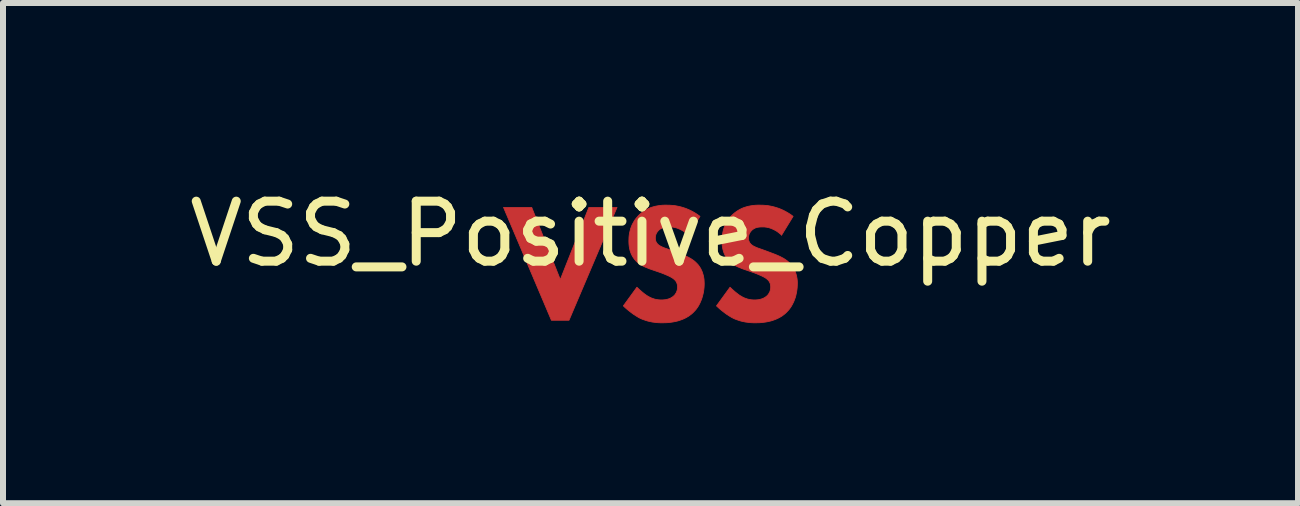
<source format=kicad_pcb>
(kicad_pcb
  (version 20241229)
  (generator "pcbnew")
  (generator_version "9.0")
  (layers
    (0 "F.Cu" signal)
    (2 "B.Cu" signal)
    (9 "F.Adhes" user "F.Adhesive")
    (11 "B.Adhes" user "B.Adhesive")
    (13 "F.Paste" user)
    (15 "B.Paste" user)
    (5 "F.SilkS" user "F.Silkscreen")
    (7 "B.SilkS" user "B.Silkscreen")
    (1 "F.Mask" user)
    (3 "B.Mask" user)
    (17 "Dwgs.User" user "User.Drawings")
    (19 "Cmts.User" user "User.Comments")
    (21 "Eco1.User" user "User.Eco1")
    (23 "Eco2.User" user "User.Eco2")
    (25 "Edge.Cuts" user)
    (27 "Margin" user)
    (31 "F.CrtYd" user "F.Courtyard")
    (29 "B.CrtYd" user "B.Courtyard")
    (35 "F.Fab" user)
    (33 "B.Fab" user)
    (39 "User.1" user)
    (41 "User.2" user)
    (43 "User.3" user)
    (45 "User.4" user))
  (footprint "VSS_Positive_Copper"
    (layer "F.Cu")
    (at 7.792 1.348)
    (property "Reference" "VSS_Positive_Copper" (at 0 -0.5 0) (unlocked yes) (layer "F.SilkS") (effects (font (size 1 1) (thickness 0.15))))
    (fp_poly (pts (xy -1.504 0.262) (xy -1.028 -0.941) (xy -0.559 -0.941) (xy -1.359 0.94) (xy -1.652 0.94) (xy -2.45 -0.941) (xy -1.98 -0.941)) (stroke (width 0.013) (type solid)) (fill yes) (layer "F.Cu"))
    (fp_poly (pts (xy 0.319 -0.978) (xy 0.348 -0.976) (xy 0.378 -0.974) (xy 0.41 -0.97) (xy 0.443 -0.964) (xy 0.477 -0.957) (xy 0.513 -0.948) (xy 0.549 -0.937) (xy 0.586 -0.925) (xy 0.624 -0.909) (xy 0.663 -0.892) (xy 0.703 -0.871) (xy 0.743 -0.848) (xy 0.783 -0.822) (xy 0.824 -0.792) (xy 0.63 -0.475) (xy 0.63 -0.482) (xy 0.604 -0.504) (xy 0.578 -0.524) (xy 0.553 -0.542) (xy 0.529 -0.557) (xy 0.505 -0.569) (xy 0.483 -0.58) (xy 0.461 -0.589) (xy 0.44 -0.597) (xy 0.42 -0.603) (xy 0.401 -0.607) (xy 0.383 -0.611) (xy 0.366 -0.613) (xy 0.351 -0.615) (xy 0.337 -0.616) (xy 0.313 -0.616) (xy 0.29 -0.616) (xy 0.278 -0.615) (xy 0.266 -0.614) (xy 0.254 -0.613) (xy 0.241 -0.611) (xy 0.229 -0.609) (xy 0.217 -0.606) (xy 0.205 -0.602) (xy 0.193 -0.598) (xy 0.182 -0.592) (xy 0.17 -0.586) (xy 0.159 -0.579) (xy 0.149 -0.572) (xy 0.144 -0.567) (xy 0.139 -0.563) (xy 0.134 -0.558) (xy 0.129 -0.553) (xy 0.124 -0.547) (xy 0.119 -0.541) (xy 0.114 -0.535) (xy 0.11 -0.529) (xy 0.105 -0.522) (xy 0.101 -0.515) (xy 0.097 -0.508) (xy 0.094 -0.501) (xy 0.091 -0.493) (xy 0.088 -0.485) (xy 0.086 -0.477) (xy 0.084 -0.468) (xy 0.082 -0.46) (xy 0.081 -0.451) (xy 0.08 -0.442) (xy 0.08 -0.433) (xy 0.08 -0.424) (xy 0.081 -0.416) (xy 0.081 -0.408) (xy 0.083 -0.401) (xy 0.084 -0.393) (xy 0.086 -0.386) (xy 0.088 -0.38) (xy 0.09 -0.373) (xy 0.093 -0.367) (xy 0.096 -0.361) (xy 0.1 -0.355) (xy 0.104 -0.349) (xy 0.108 -0.343) (xy 0.112 -0.338) (xy 0.117 -0.332) (xy 0.122 -0.327) (xy 0.131 -0.319) (xy 0.14 -0.312) (xy 0.15 -0.305) (xy 0.161 -0.299) (xy 0.172 -0.293) (xy 0.184 -0.287) (xy 0.196 -0.281) (xy 0.21 -0.275) (xy 0.225 -0.269) (xy 0.24 -0.263) (xy 0.275 -0.251) (xy 0.359 -0.221) (xy 0.5 -0.168) (xy 0.531 -0.156) (xy 0.564 -0.142) (xy 0.597 -0.127) (xy 0.614 -0.119) (xy 0.631 -0.11) (xy 0.648 -0.101) (xy 0.665 -0.092) (xy 0.681 -0.082) (xy 0.697 -0.071) (xy 0.713 -0.06) (xy 0.728 -0.049) (xy 0.743 -0.036) (xy 0.757 -0.023) (xy 0.777 -0.003) (xy 0.795 0.017) (xy 0.811 0.039) (xy 0.825 0.06) (xy 0.838 0.082) (xy 0.849 0.105) (xy 0.859 0.127) (xy 0.867 0.15) (xy 0.874 0.173) (xy 0.88 0.195) (xy 0.885 0.218) (xy 0.889 0.24) (xy 0.892 0.262) (xy 0.893 0.284) (xy 0.894 0.305) (xy 0.895 0.326) (xy 0.894 0.362) (xy 0.892 0.397) (xy 0.888 0.432) (xy 0.883 0.466) (xy 0.876 0.499) (xy 0.868 0.531) (xy 0.859 0.563) (xy 0.849 0.593) (xy 0.837 0.622) (xy 0.825 0.65) (xy 0.811 0.677) (xy 0.797 0.703) (xy 0.781 0.727) (xy 0.765 0.75) (xy 0.747 0.772) (xy 0.729 0.791) (xy 0.713 0.808) (xy 0.697 0.823) (xy 0.681 0.837) (xy 0.664 0.85) (xy 0.646 0.863) (xy 0.629 0.875) (xy 0.593 0.896) (xy 0.557 0.914) (xy 0.52 0.929) (xy 0.483 0.942) (xy 0.447 0.953) (xy 0.411 0.961) (xy 0.375 0.968) (xy 0.341 0.973) (xy 0.308 0.977) (xy 0.277 0.98) (xy 0.248 0.981) (xy 0.196 0.982) (xy 0.171 0.982) (xy 0.147 0.981) (xy 0.122 0.98) (xy 0.098 0.978) (xy 0.074 0.975) (xy 0.051 0.972) (xy 0.027 0.969) (xy 0.004 0.964) (xy -0.019 0.959) (xy -0.042 0.954) (xy -0.065 0.947) (xy -0.087 0.94) (xy -0.11 0.932) (xy -0.133 0.924) (xy -0.155 0.915) (xy -0.178 0.904) (xy -0.196 0.895) (xy -0.214 0.884) (xy -0.232 0.873) (xy -0.251 0.861) (xy -0.269 0.849) (xy -0.288 0.837) (xy -0.324 0.81) (xy -0.36 0.782) (xy -0.393 0.755) (xy -0.425 0.727) (xy -0.453 0.7) (xy -0.227 0.389) (xy -0.207 0.408) (xy -0.186 0.428) (xy -0.163 0.448) (xy -0.14 0.468) (xy -0.117 0.487) (xy -0.094 0.505) (xy -0.082 0.513) (xy -0.071 0.521) (xy -0.061 0.528) (xy -0.051 0.534) (xy -0.037 0.542) (xy -0.023 0.55) (xy -0.009 0.557) (xy 0.005 0.564) (xy 0.019 0.57) (xy 0.033 0.575) (xy 0.048 0.58) (xy 0.062 0.585) (xy 0.077 0.589) (xy 0.092 0.592) (xy 0.107 0.595) (xy 0.122 0.597) (xy 0.138 0.599) (xy 0.153 0.6) (xy 0.169 0.601) (xy 0.186 0.601) (xy 0.197 0.601) (xy 0.208 0.6) (xy 0.219 0.6) (xy 0.232 0.598) (xy 0.244 0.597) (xy 0.256 0.595) (xy 0.269 0.592) (xy 0.282 0.589) (xy 0.295 0.585) (xy 0.308 0.581) (xy 0.321 0.576) (xy 0.334 0.57) (xy 0.346 0.563) (xy 0.359 0.555) (xy 0.371 0.547) (xy 0.383 0.537) (xy 0.39 0.531) (xy 0.396 0.525) (xy 0.403 0.518) (xy 0.409 0.51) (xy 0.414 0.502) (xy 0.42 0.494) (xy 0.425 0.485) (xy 0.43 0.476) (xy 0.434 0.467) (xy 0.438 0.456) (xy 0.442 0.446) (xy 0.443 0.44) (xy 0.445 0.435) (xy 0.446 0.429) (xy 0.447 0.423) (xy 0.448 0.417) (xy 0.449 0.411) (xy 0.45 0.405) (xy 0.45 0.399) (xy 0.45 0.392) (xy 0.45 0.386) (xy 0.45 0.374) (xy 0.449 0.363) (xy 0.448 0.353) (xy 0.446 0.343) (xy 0.443 0.333) (xy 0.44 0.324) (xy 0.437 0.315) (xy 0.433 0.307) (xy 0.429 0.299) (xy 0.424 0.291) (xy 0.419 0.284) (xy 0.413 0.277) (xy 0.407 0.27) (xy 0.401 0.264) (xy 0.394 0.258) (xy 0.387 0.252) (xy 0.377 0.244) (xy 0.365 0.236) (xy 0.353 0.228) (xy 0.339 0.22) (xy 0.325 0.213) (xy 0.31 0.205) (xy 0.279 0.191) (xy 0.248 0.178) (xy 0.218 0.165) (xy 0.168 0.146) (xy 0.013 0.093) (xy -0.021 0.081) (xy -0.055 0.067) (xy -0.09 0.053) (xy -0.107 0.045) (xy -0.124 0.036) (xy -0.141 0.027) (xy -0.158 0.017) (xy -0.174 0.007) (xy -0.19 -0.004) (xy -0.205 -0.015) (xy -0.22 -0.028) (xy -0.235 -0.041) (xy -0.248 -0.055) (xy -0.266 -0.075) (xy -0.281 -0.096) (xy -0.295 -0.117) (xy -0.307 -0.138) (xy -0.318 -0.16) (xy -0.327 -0.181) (xy -0.335 -0.203) (xy -0.342 -0.225) (xy -0.347 -0.246) (xy -0.351 -0.267) (xy -0.355 -0.288) (xy -0.357 -0.308) (xy -0.359 -0.328) (xy -0.36 -0.347) (xy -0.361 -0.383) (xy -0.36 -0.414) (xy -0.359 -0.444) (xy -0.356 -0.474) (xy -0.352 -0.503) (xy -0.346 -0.531) (xy -0.339 -0.559) (xy -0.332 -0.587) (xy -0.322 -0.613) (xy -0.312 -0.64) (xy -0.3 -0.665) (xy -0.286 -0.69) (xy -0.272 -0.715) (xy -0.256 -0.739) (xy -0.238 -0.762) (xy -0.219 -0.784) (xy -0.199 -0.807) (xy -0.173 -0.831) (xy -0.148 -0.853) (xy -0.121 -0.872) (xy -0.094 -0.89) (xy -0.067 -0.906) (xy -0.039 -0.92) (xy -0.011 -0.933) (xy 0.018 -0.943) (xy 0.048 -0.952) (xy 0.077 -0.96) (xy 0.108 -0.966) (xy 0.139 -0.971) (xy 0.17 -0.975) (xy 0.202 -0.978) (xy 0.234 -0.979) (xy 0.267 -0.979)) (stroke (width 0.013) (type solid)) (fill yes) (layer "F.Cu"))
    (fp_poly (pts (xy 1.872 -0.978) (xy 1.9 -0.976) (xy 1.931 -0.974) (xy 1.962 -0.97) (xy 1.995 -0.964) (xy 2.029 -0.957) (xy 2.065 -0.948) (xy 2.101 -0.937) (xy 2.138 -0.925) (xy 2.177 -0.909) (xy 2.215 -0.892) (xy 2.255 -0.871) (xy 2.295 -0.848) (xy 2.336 -0.822) (xy 2.376 -0.792) (xy 2.182 -0.475) (xy 2.182 -0.482) (xy 2.156 -0.504) (xy 2.131 -0.524) (xy 2.106 -0.542) (xy 2.081 -0.557) (xy 2.058 -0.569) (xy 2.035 -0.58) (xy 2.013 -0.589) (xy 1.992 -0.597) (xy 1.972 -0.603) (xy 1.953 -0.607) (xy 1.935 -0.611) (xy 1.919 -0.613) (xy 1.903 -0.615) (xy 1.889 -0.616) (xy 1.865 -0.616) (xy 1.842 -0.616) (xy 1.83 -0.615) (xy 1.818 -0.614) (xy 1.806 -0.613) (xy 1.794 -0.611) (xy 1.781 -0.609) (xy 1.769 -0.606) (xy 1.757 -0.602) (xy 1.745 -0.598) (xy 1.734 -0.592) (xy 1.723 -0.586) (xy 1.712 -0.579) (xy 1.701 -0.572) (xy 1.696 -0.567) (xy 1.691 -0.563) (xy 1.686 -0.558) (xy 1.682 -0.553) (xy 1.676 -0.547) (xy 1.671 -0.541) (xy 1.666 -0.535) (xy 1.662 -0.529) (xy 1.658 -0.522) (xy 1.653 -0.515) (xy 1.65 -0.508) (xy 1.646 -0.501) (xy 1.643 -0.493) (xy 1.64 -0.485) (xy 1.638 -0.477) (xy 1.636 -0.468) (xy 1.634 -0.46) (xy 1.633 -0.451) (xy 1.632 -0.442) (xy 1.632 -0.433) (xy 1.632 -0.424) (xy 1.633 -0.416) (xy 1.634 -0.408) (xy 1.635 -0.401) (xy 1.636 -0.393) (xy 1.638 -0.386) (xy 1.64 -0.38) (xy 1.643 -0.373) (xy 1.646 -0.367) (xy 1.649 -0.361) (xy 1.652 -0.355) (xy 1.656 -0.349) (xy 1.66 -0.343) (xy 1.665 -0.338) (xy 1.669 -0.332) (xy 1.674 -0.327) (xy 1.683 -0.319) (xy 1.693 -0.312) (xy 1.702 -0.305) (xy 1.713 -0.299) (xy 1.724 -0.293) (xy 1.736 -0.287) (xy 1.749 -0.281) (xy 1.762 -0.275) (xy 1.777 -0.269) (xy 1.792 -0.263) (xy 1.827 -0.251) (xy 1.911 -0.221) (xy 2.052 -0.168) (xy 2.083 -0.156) (xy 2.116 -0.142) (xy 2.15 -0.127) (xy 2.166 -0.119) (xy 2.183 -0.11) (xy 2.2 -0.101) (xy 2.217 -0.092) (xy 2.233 -0.082) (xy 2.249 -0.071) (xy 2.265 -0.06) (xy 2.28 -0.049) (xy 2.295 -0.036) (xy 2.309 -0.023) (xy 2.329 -0.003) (xy 2.347 0.017) (xy 2.363 0.039) (xy 2.377 0.06) (xy 2.39 0.082) (xy 2.401 0.105) (xy 2.411 0.127) (xy 2.419 0.15) (xy 2.426 0.173) (xy 2.432 0.195) (xy 2.437 0.218) (xy 2.441 0.24) (xy 2.444 0.262) (xy 2.446 0.284) (xy 2.447 0.305) (xy 2.447 0.326) (xy 2.446 0.362) (xy 2.444 0.397) (xy 2.44 0.432) (xy 2.435 0.466) (xy 2.428 0.499) (xy 2.421 0.531) (xy 2.412 0.563) (xy 2.401 0.593) (xy 2.39 0.622) (xy 2.377 0.65) (xy 2.363 0.677) (xy 2.349 0.703) (xy 2.333 0.727) (xy 2.317 0.75) (xy 2.299 0.772) (xy 2.281 0.791) (xy 2.265 0.808) (xy 2.249 0.823) (xy 2.233 0.837) (xy 2.216 0.85) (xy 2.199 0.863) (xy 2.181 0.875) (xy 2.145 0.896) (xy 2.109 0.914) (xy 2.072 0.929) (xy 2.036 0.942) (xy 1.999 0.953) (xy 1.963 0.961) (xy 1.928 0.968) (xy 1.893 0.973) (xy 1.861 0.977) (xy 1.829 0.98) (xy 1.8 0.981) (xy 1.749 0.982) (xy 1.724 0.982) (xy 1.699 0.981) (xy 1.675 0.98) (xy 1.65 0.978) (xy 1.627 0.975) (xy 1.603 0.972) (xy 1.58 0.969) (xy 1.556 0.964) (xy 1.533 0.959) (xy 1.51 0.954) (xy 1.487 0.947) (xy 1.465 0.94) (xy 1.442 0.932) (xy 1.42 0.924) (xy 1.397 0.915) (xy 1.375 0.904) (xy 1.357 0.895) (xy 1.338 0.884) (xy 1.32 0.873) (xy 1.301 0.861) (xy 1.283 0.849) (xy 1.264 0.837) (xy 1.228 0.81) (xy 1.192 0.782) (xy 1.159 0.755) (xy 1.128 0.727) (xy 1.099 0.7) (xy 1.325 0.389) (xy 1.345 0.408) (xy 1.366 0.428) (xy 1.389 0.448) (xy 1.412 0.468) (xy 1.436 0.487) (xy 1.459 0.505) (xy 1.47 0.513) (xy 1.481 0.521) (xy 1.491 0.528) (xy 1.502 0.534) (xy 1.516 0.542) (xy 1.529 0.55) (xy 1.543 0.557) (xy 1.557 0.564) (xy 1.571 0.57) (xy 1.586 0.575) (xy 1.6 0.58) (xy 1.614 0.585) (xy 1.629 0.589) (xy 1.644 0.592) (xy 1.659 0.595) (xy 1.674 0.597) (xy 1.69 0.599) (xy 1.706 0.6) (xy 1.722 0.601) (xy 1.738 0.601) (xy 1.749 0.601) (xy 1.76 0.6) (xy 1.772 0.6) (xy 1.784 0.598) (xy 1.796 0.597) (xy 1.809 0.595) (xy 1.821 0.592) (xy 1.834 0.589) (xy 1.847 0.585) (xy 1.86 0.581) (xy 1.873 0.576) (xy 1.886 0.57) (xy 1.899 0.563) (xy 1.911 0.555) (xy 1.923 0.547) (xy 1.936 0.537) (xy 1.942 0.531) (xy 1.949 0.525) (xy 1.955 0.518) (xy 1.961 0.51) (xy 1.967 0.502) (xy 1.972 0.494) (xy 1.977 0.485) (xy 1.982 0.476) (xy 1.987 0.467) (xy 1.991 0.456) (xy 1.994 0.446) (xy 1.996 0.44) (xy 1.997 0.435) (xy 1.998 0.429) (xy 1.999 0.423) (xy 2 0.417) (xy 2.001 0.411) (xy 2.002 0.405) (xy 2.002 0.399) (xy 2.002 0.392) (xy 2.003 0.386) (xy 2.002 0.374) (xy 2.001 0.363) (xy 2 0.353) (xy 1.998 0.343) (xy 1.996 0.333) (xy 1.993 0.324) (xy 1.989 0.315) (xy 1.985 0.307) (xy 1.981 0.299) (xy 1.976 0.291) (xy 1.971 0.284) (xy 1.965 0.277) (xy 1.959 0.27) (xy 1.953 0.264) (xy 1.946 0.258) (xy 1.939 0.252) (xy 1.929 0.244) (xy 1.918 0.236) (xy 1.905 0.228) (xy 1.891 0.22) (xy 1.877 0.213) (xy 1.862 0.205) (xy 1.831 0.191) (xy 1.8 0.178) (xy 1.77 0.165) (xy 1.72 0.146) (xy 1.565 0.093) (xy 1.531 0.081) (xy 1.497 0.067) (xy 1.462 0.053) (xy 1.445 0.045) (xy 1.428 0.036) (xy 1.411 0.027) (xy 1.394 0.017) (xy 1.378 0.007) (xy 1.362 -0.004) (xy 1.347 -0.015) (xy 1.332 -0.028) (xy 1.318 -0.041) (xy 1.304 -0.055) (xy 1.287 -0.075) (xy 1.271 -0.096) (xy 1.257 -0.117) (xy 1.245 -0.138) (xy 1.234 -0.16) (xy 1.225 -0.181) (xy 1.217 -0.203) (xy 1.211 -0.225) (xy 1.205 -0.246) (xy 1.201 -0.267) (xy 1.197 -0.288) (xy 1.195 -0.308) (xy 1.193 -0.328) (xy 1.192 -0.347) (xy 1.191 -0.383) (xy 1.192 -0.414) (xy 1.194 -0.444) (xy 1.196 -0.474) (xy 1.201 -0.503) (xy 1.206 -0.531) (xy 1.213 -0.559) (xy 1.221 -0.587) (xy 1.23 -0.613) (xy 1.241 -0.64) (xy 1.252 -0.665) (xy 1.266 -0.69) (xy 1.28 -0.715) (xy 1.297 -0.739) (xy 1.314 -0.762) (xy 1.333 -0.784) (xy 1.353 -0.807) (xy 1.379 -0.831) (xy 1.405 -0.853) (xy 1.431 -0.872) (xy 1.458 -0.89) (xy 1.485 -0.906) (xy 1.513 -0.92) (xy 1.542 -0.933) (xy 1.57 -0.943) (xy 1.6 -0.952) (xy 1.63 -0.96) (xy 1.66 -0.966) (xy 1.691 -0.971) (xy 1.722 -0.975) (xy 1.754 -0.978) (xy 1.786 -0.979) (xy 1.819 -0.979)) (stroke (width 0.013) (type solid)) (fill yes) (layer "F.Cu")))
  (gr_rect
    (start -3 -3)
    (end 18.583 5.337)
    (stroke (width 0.1) (type default))
    (fill no)
    (layer "Edge.Cuts")))
</source>
